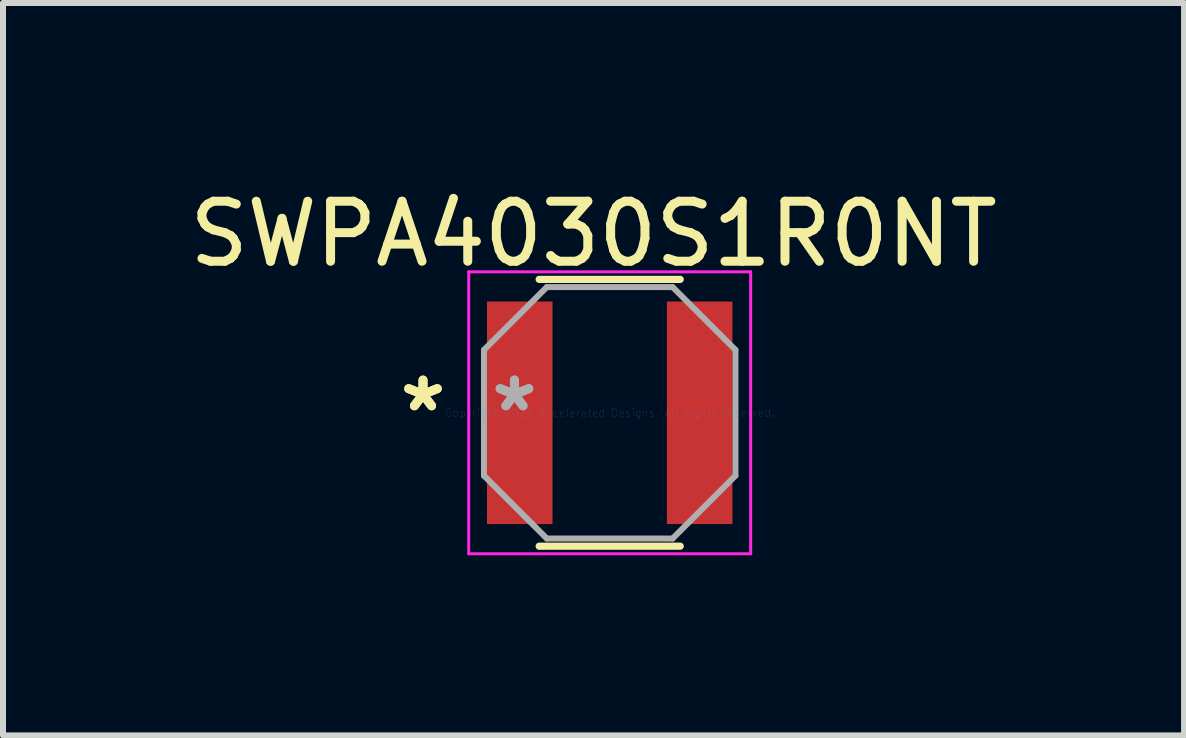
<source format=kicad_pcb>
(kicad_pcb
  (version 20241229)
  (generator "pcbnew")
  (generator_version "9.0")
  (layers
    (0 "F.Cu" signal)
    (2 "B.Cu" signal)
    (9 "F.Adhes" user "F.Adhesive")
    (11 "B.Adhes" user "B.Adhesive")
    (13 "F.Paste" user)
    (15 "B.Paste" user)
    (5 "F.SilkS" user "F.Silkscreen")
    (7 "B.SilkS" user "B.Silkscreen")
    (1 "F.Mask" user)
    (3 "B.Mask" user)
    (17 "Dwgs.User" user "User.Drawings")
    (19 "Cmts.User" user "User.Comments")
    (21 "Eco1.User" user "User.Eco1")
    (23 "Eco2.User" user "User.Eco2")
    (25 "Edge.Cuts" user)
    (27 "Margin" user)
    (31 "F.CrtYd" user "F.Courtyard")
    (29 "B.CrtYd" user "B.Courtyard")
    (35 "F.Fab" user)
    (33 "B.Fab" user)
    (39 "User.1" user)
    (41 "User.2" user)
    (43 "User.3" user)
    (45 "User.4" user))
  (footprint "SWPA4030S1R0NT"
    (layer "F.Cu")
    (at 7.109 3.828)
    (property "Reference" "SWPA4030S1R0NT" (at -0.27 -2.98 0) (layer "F.SilkS") (effects (font (size 1 1) (thickness 0.15))))
    (attr smd)
    (fp_line (start -1.175 2.223) (end 1.175 2.223) (stroke (width 0.12) (type solid)) (layer "F.SilkS"))
    (fp_line (start 1.175 -2.223) (end -1.175 -2.223) (stroke (width 0.12) (type solid)) (layer "F.SilkS"))
    (fp_line (start -2.349 -2.349) (end 2.349 -2.349) (stroke (width 0.05) (type solid)) (layer "F.CrtYd"))
    (fp_line (start -2.349 2.349) (end -2.349 -2.349) (stroke (width 0.05) (type solid)) (layer "F.CrtYd"))
    (fp_line (start 2.349 -2.349) (end 2.349 2.349) (stroke (width 0.05) (type solid)) (layer "F.CrtYd"))
    (fp_line (start 2.349 2.349) (end -2.349 2.349) (stroke (width 0.05) (type solid)) (layer "F.CrtYd"))
    (fp_line (start -2.095 -1.048) (end -2.095 1.048) (stroke (width 0.1) (type solid)) (layer "F.Fab"))
    (fp_line (start -2.095 1.048) (end -1.048 2.095) (stroke (width 0.1) (type solid)) (layer "F.Fab"))
    (fp_line (start -1.048 -2.095) (end -2.095 -1.048) (stroke (width 0.1) (type solid)) (layer "F.Fab"))
    (fp_line (start -1.048 2.095) (end 1.048 2.095) (stroke (width 0.1) (type solid)) (layer "F.Fab"))
    (fp_line (start 1.048 -2.095) (end -1.048 -2.095) (stroke (width 0.1) (type solid)) (layer "F.Fab"))
    (fp_line (start 1.048 2.095) (end 2.095 1.048) (stroke (width 0.1) (type solid)) (layer "F.Fab"))
    (fp_line (start 2.095 -1.048) (end 1.048 -2.095) (stroke (width 0.1) (type solid)) (layer "F.Fab"))
    (fp_line (start 2.095 1.048) (end 2.095 -1.048) (stroke (width 0.1) (type solid)) (layer "F.Fab"))
    (fp_text user "*" (at -3.111 0 0) (layer "F.SilkS") (effects (font (size 1 1) (thickness 0.15))))
    (fp_text user "*" (at -3.111 0 0) (layer "F.SilkS") (effects (font (size 1 1) (thickness 0.15))))
    (fp_text user "Copyright 2021 Accelerated Designs. All rights reserved." (at 0 0 0) (layer "Cmts.User") (effects (font (size 0.127 0.127) (thickness 0.002))))
    (fp_text user "*" (at -1.587 0 0) (layer "F.Fab") (effects (font (size 1 1) (thickness 0.15))))
    (fp_text user "*" (at -1.587 0 0) (layer "F.Fab") (effects (font (size 1 1) (thickness 0.15))))
    (pad "1" smd rect (at -1.499 0) (size 1.092 3.708) (layers "F.Cu" "F.Mask" "F.Paste"))
    (pad "2" smd rect (at 1.499 0) (size 1.092 3.708) (layers "F.Cu" "F.Mask" "F.Paste")))
  (gr_rect
    (start -3 -3)
    (end 16.679 9.203)
    (stroke (width 0.1) (type default))
    (fill no)
    (layer "Edge.Cuts")))
</source>
